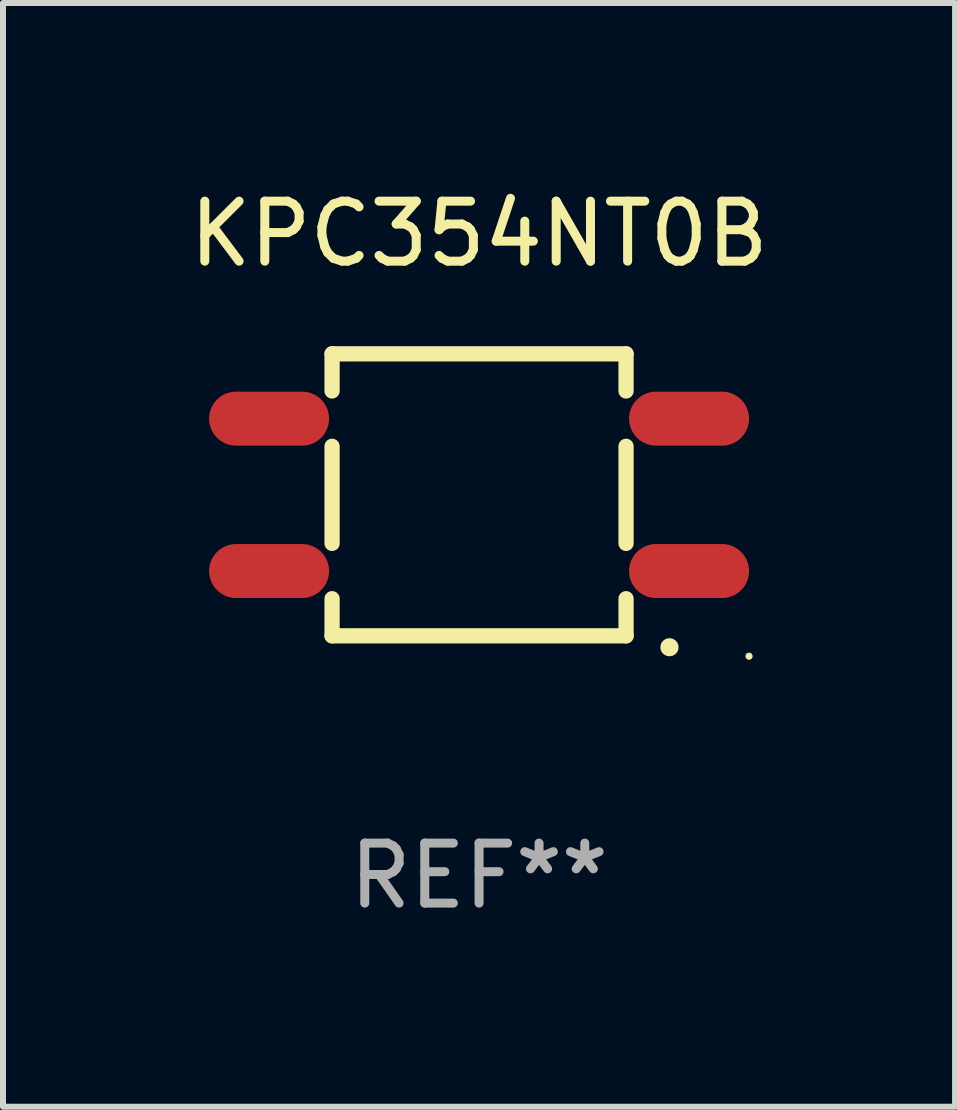
<source format=kicad_pcb>
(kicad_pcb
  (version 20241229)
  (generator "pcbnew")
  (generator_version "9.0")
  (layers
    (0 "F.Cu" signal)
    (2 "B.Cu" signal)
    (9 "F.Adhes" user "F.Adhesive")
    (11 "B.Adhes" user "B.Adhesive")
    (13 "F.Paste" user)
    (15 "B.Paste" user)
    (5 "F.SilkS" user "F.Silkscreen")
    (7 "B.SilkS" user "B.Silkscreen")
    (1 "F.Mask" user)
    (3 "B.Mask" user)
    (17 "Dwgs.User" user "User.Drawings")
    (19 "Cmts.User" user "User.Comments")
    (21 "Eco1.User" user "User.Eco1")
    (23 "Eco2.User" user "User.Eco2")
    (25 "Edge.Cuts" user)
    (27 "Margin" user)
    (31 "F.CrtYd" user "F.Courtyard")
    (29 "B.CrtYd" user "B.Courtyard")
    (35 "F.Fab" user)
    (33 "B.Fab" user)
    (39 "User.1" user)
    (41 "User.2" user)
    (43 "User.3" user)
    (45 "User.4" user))
  (footprint "KPC354NT0B"
    (layer "F.Cu")
    (at 4.935 5.198)
    (property "Reference" "KPC354NT0B" (at 0 -4.35 0) (layer "F.SilkS") (effects (font (size 1 1) (thickness 0.15))))
    (attr through_hole)
    (fp_line (start -2.45 -2.35) (end 2.45 -2.35) (stroke (width 0.254) (type solid)) (layer "F.SilkS"))
    (fp_line (start -2.45 -1.731) (end -2.45 -2.35) (stroke (width 0.254) (type solid)) (layer "F.SilkS"))
    (fp_line (start -2.45 0.809) (end -2.45 -0.809) (stroke (width 0.254) (type solid)) (layer "F.SilkS"))
    (fp_line (start -2.45 2.35) (end -2.45 1.731) (stroke (width 0.254) (type solid)) (layer "F.SilkS"))
    (fp_line (start -2.45 2.35) (end 2.45 2.35) (stroke (width 0.254) (type solid)) (layer "F.SilkS"))
    (fp_line (start 2.45 -1.731) (end 2.45 -2.35) (stroke (width 0.254) (type solid)) (layer "F.SilkS"))
    (fp_line (start 2.45 0.809) (end 2.45 -0.809) (stroke (width 0.254) (type solid)) (layer "F.SilkS"))
    (fp_line (start 2.45 2.35) (end 2.45 1.731) (stroke (width 0.254) (type solid)) (layer "F.SilkS"))
    (fp_arc (start 3.172339 2.540005) (mid 3.173609 2.54) (end 3.174879 2.540005) (stroke (width 0.3) (type solid)) (layer "F.SilkS"))
    (fp_circle (center 4.5 2.69) (end 4.53 2.69) (stroke (width 0.06) (type solid)) (fill no) (layer "F.SilkS"))
    (fp_text user "REF**" (at 0 6.35 0) (layer "F.Fab") (effects (font (size 1 1) (thickness 0.15))))
    (pad "1" smd oval (at 3.5 1.27 270) (size 0.9 2) (layers "F.Cu" "F.Mask" "F.Paste"))
    (pad "2" smd oval (at 3.5 -1.27 270) (size 0.9 2) (layers "F.Cu" "F.Mask" "F.Paste"))
    (pad "3" smd oval (at -3.5 -1.27 270) (size 0.9 2) (layers "F.Cu" "F.Mask" "F.Paste"))
    (pad "4" smd oval (at -3.5 1.27 270) (size 0.9 2) (layers "F.Cu" "F.Mask" "F.Paste")))
  (gr_rect
    (start -3 -3)
    (end 12.869 15.397)
    (stroke (width 0.1) (type default))
    (fill no)
    (layer "Edge.Cuts")))
</source>
